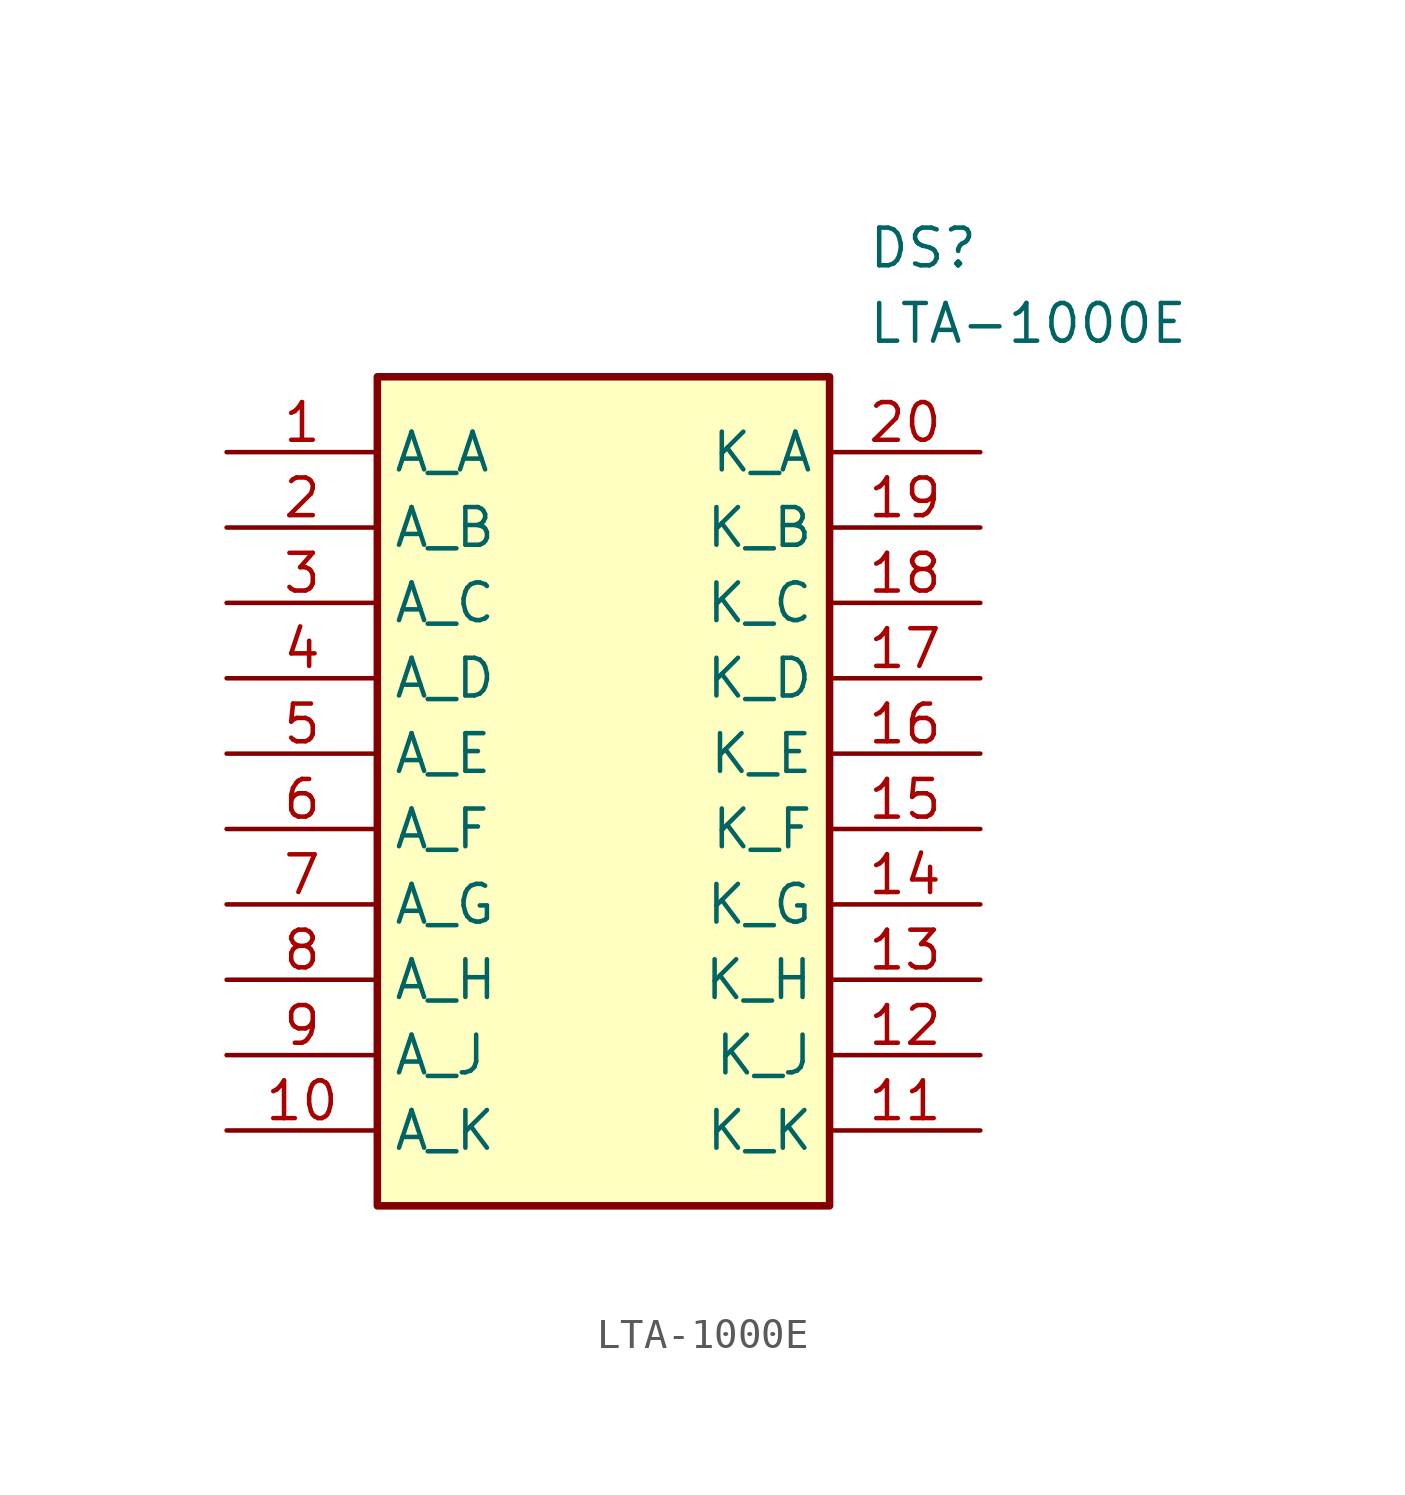
<source format=kicad_sym>
(kicad_symbol_lib
  (version 20211014)
  (generator SamacSys_ECAD_Model)
  (symbol "LTA-1000E"
    (property "Reference" "DS"
      (at 21.59 7.62 0)
      (effects (font (size 1.27 1.27)) (justify left top)))
    (property "Value" "LTA-1000E"
      (at 21.59 5.08 0)
      (effects (font (size 1.27 1.27)) (justify left top)))
    (rectangle
      (start 5.08 2.54)
      (end 20.32 -25.4)
      (stroke (width 0.254) (type default))
      (fill (type background)))
    (pin passive line
      (at 0 0 0)
      (length 5.08)
      (name "A_A" (effects (font (size 1.27 1.27))))
      (number "1" (effects (font (size 1.27 1.27)))))
    (pin passive line
      (at 0 -2.54 0)
      (length 5.08)
      (name "A_B" (effects (font (size 1.27 1.27))))
      (number "2" (effects (font (size 1.27 1.27)))))
    (pin passive line
      (at 0 -5.08 0)
      (length 5.08)
      (name "A_C" (effects (font (size 1.27 1.27))))
      (number "3" (effects (font (size 1.27 1.27)))))
    (pin passive line
      (at 0 -7.62 0)
      (length 5.08)
      (name "A_D" (effects (font (size 1.27 1.27))))
      (number "4" (effects (font (size 1.27 1.27)))))
    (pin passive line
      (at 0 -10.16 0)
      (length 5.08)
      (name "A_E" (effects (font (size 1.27 1.27))))
      (number "5" (effects (font (size 1.27 1.27)))))
    (pin passive line
      (at 0 -12.7 0)
      (length 5.08)
      (name "A_F" (effects (font (size 1.27 1.27))))
      (number "6" (effects (font (size 1.27 1.27)))))
    (pin passive line
      (at 0 -15.24 0)
      (length 5.08)
      (name "A_G" (effects (font (size 1.27 1.27))))
      (number "7" (effects (font (size 1.27 1.27)))))
    (pin passive line
      (at 0 -17.78 0)
      (length 5.08)
      (name "A_H" (effects (font (size 1.27 1.27))))
      (number "8" (effects (font (size 1.27 1.27)))))
    (pin passive line
      (at 0 -20.32 0)
      (length 5.08)
      (name "A_J" (effects (font (size 1.27 1.27))))
      (number "9" (effects (font (size 1.27 1.27)))))
    (pin passive line
      (at 0 -22.86 0)
      (length 5.08)
      (name "A_K" (effects (font (size 1.27 1.27))))
      (number "10" (effects (font (size 1.27 1.27)))))
    (pin passive line
      (at 25.4 0 180)
      (length 5.08)
      (name "K_A" (effects (font (size 1.27 1.27))))
      (number "20" (effects (font (size 1.27 1.27)))))
    (pin passive line
      (at 25.4 -2.54 180)
      (length 5.08)
      (name "K_B" (effects (font (size 1.27 1.27))))
      (number "19" (effects (font (size 1.27 1.27)))))
    (pin passive line
      (at 25.4 -5.08 180)
      (length 5.08)
      (name "K_C" (effects (font (size 1.27 1.27))))
      (number "18" (effects (font (size 1.27 1.27)))))
    (pin passive line
      (at 25.4 -7.62 180)
      (length 5.08)
      (name "K_D" (effects (font (size 1.27 1.27))))
      (number "17" (effects (font (size 1.27 1.27)))))
    (pin passive line
      (at 25.4 -10.16 180)
      (length 5.08)
      (name "K_E" (effects (font (size 1.27 1.27))))
      (number "16" (effects (font (size 1.27 1.27)))))
    (pin passive line
      (at 25.4 -12.7 180)
      (length 5.08)
      (name "K_F" (effects (font (size 1.27 1.27))))
      (number "15" (effects (font (size 1.27 1.27)))))
    (pin passive line
      (at 25.4 -15.24 180)
      (length 5.08)
      (name "K_G" (effects (font (size 1.27 1.27))))
      (number "14" (effects (font (size 1.27 1.27)))))
    (pin passive line
      (at 25.4 -17.78 180)
      (length 5.08)
      (name "K_H" (effects (font (size 1.27 1.27))))
      (number "13" (effects (font (size 1.27 1.27)))))
    (pin passive line
      (at 25.4 -20.32 180)
      (length 5.08)
      (name "K_J" (effects (font (size 1.27 1.27))))
      (number "12" (effects (font (size 1.27 1.27)))))
    (pin passive line
      (at 25.4 -22.86 180)
      (length 5.08)
      (name "K_K" (effects (font (size 1.27 1.27))))
      (number "11" (effects (font (size 1.27 1.27)))))))
</source>
